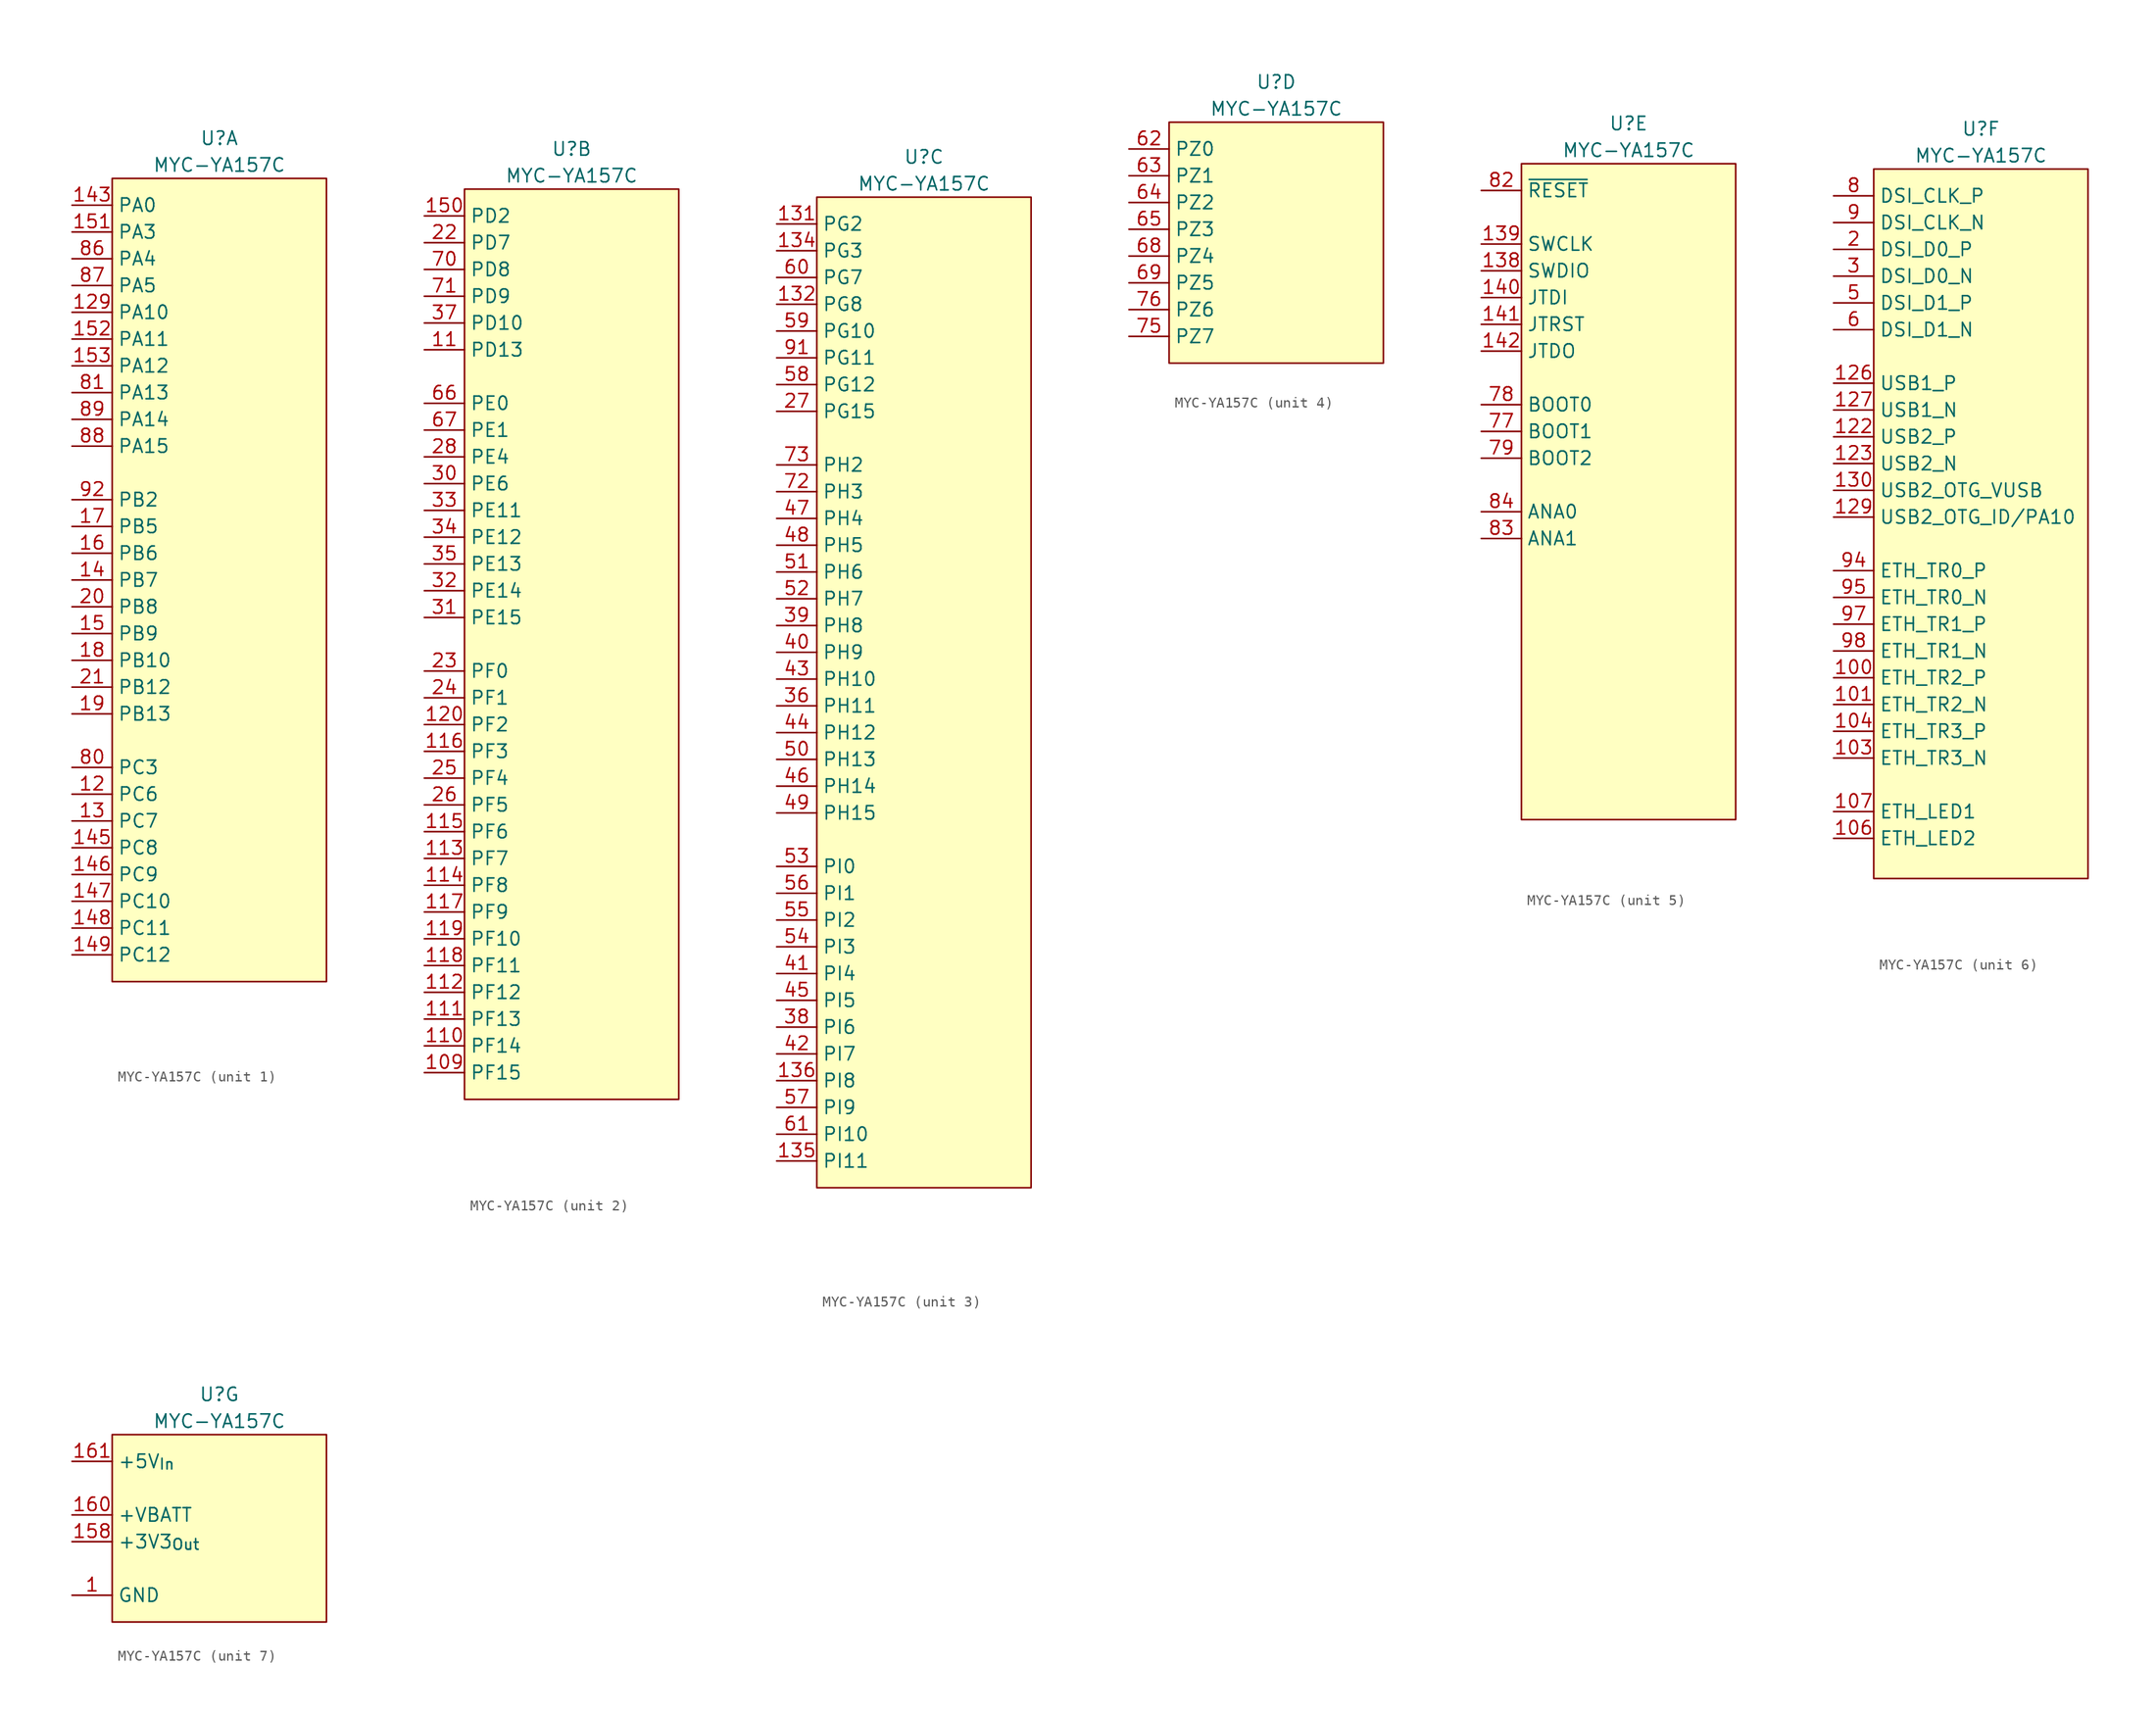
<source format=kicad_sym>
(kicad_symbol_lib
  (version 20220914)
  (generator kicad_symbol_editor)
  (symbol "MYC-YA157C"
    (property "Reference" "U"
      (at 0 3.81 0)
      (effects (font (size 1.27 1.27))))
    (property "Value" "MYC-YA157C"
      (at 0 1.27 0)
      (effects (font (size 1.27 1.27))))
    (property "ki_locked" ""
      (at 0 0 0)
      (effects (font (size 1.27 1.27))))
    (symbol "MYC-YA157C_1_0"
      (rectangle (start -10.16 0) (end 10.16 -76.2) (stroke (width 0) (type default)) (fill (type background))))
    (symbol "MYC-YA157C_1_1"
      (pin bidirectional line (at -13.97 -58.42 0) (length 3.81) (name "PC6" (effects (font (size 1.27 1.27)))) (number "12" (effects (font (size 1.27 1.27)))))
      (pin bidirectional line (at -13.97 -12.7 0) (length 3.81) (name "PA10" (effects (font (size 1.27 1.27)))) (number "129" (effects (font (size 1.27 1.27)))))
      (pin bidirectional line (at -13.97 -60.96 0) (length 3.81) (name "PC7" (effects (font (size 1.27 1.27)))) (number "13" (effects (font (size 1.27 1.27)))))
      (pin bidirectional line (at -13.97 -38.1 0) (length 3.81) (name "PB7" (effects (font (size 1.27 1.27)))) (number "14" (effects (font (size 1.27 1.27)))))
      (pin bidirectional line (at -13.97 -2.54 0) (length 3.81) (name "PA0" (effects (font (size 1.27 1.27)))) (number "143" (effects (font (size 1.27 1.27)))))
      (pin bidirectional line (at -13.97 -63.5 0) (length 3.81) (name "PC8" (effects (font (size 1.27 1.27)))) (number "145" (effects (font (size 1.27 1.27)))))
      (pin bidirectional line (at -13.97 -66.04 0) (length 3.81) (name "PC9" (effects (font (size 1.27 1.27)))) (number "146" (effects (font (size 1.27 1.27)))))
      (pin bidirectional line (at -13.97 -68.58 0) (length 3.81) (name "PC10" (effects (font (size 1.27 1.27)))) (number "147" (effects (font (size 1.27 1.27)))))
      (pin bidirectional line (at -13.97 -71.12 0) (length 3.81) (name "PC11" (effects (font (size 1.27 1.27)))) (number "148" (effects (font (size 1.27 1.27)))))
      (pin bidirectional line (at -13.97 -73.66 0) (length 3.81) (name "PC12" (effects (font (size 1.27 1.27)))) (number "149" (effects (font (size 1.27 1.27)))))
      (pin bidirectional line (at -13.97 -43.18 0) (length 3.81) (name "PB9" (effects (font (size 1.27 1.27)))) (number "15" (effects (font (size 1.27 1.27)))))
      (pin bidirectional line (at -13.97 -5.08 0) (length 3.81) (name "PA3" (effects (font (size 1.27 1.27)))) (number "151" (effects (font (size 1.27 1.27)))))
      (pin bidirectional line (at -13.97 -15.24 0) (length 3.81) (name "PA11" (effects (font (size 1.27 1.27)))) (number "152" (effects (font (size 1.27 1.27)))))
      (pin bidirectional line (at -13.97 -17.78 0) (length 3.81) (name "PA12" (effects (font (size 1.27 1.27)))) (number "153" (effects (font (size 1.27 1.27)))))
      (pin bidirectional line (at -13.97 -35.56 0) (length 3.81) (name "PB6" (effects (font (size 1.27 1.27)))) (number "16" (effects (font (size 1.27 1.27)))))
      (pin bidirectional line (at -13.97 -33.02 0) (length 3.81) (name "PB5" (effects (font (size 1.27 1.27)))) (number "17" (effects (font (size 1.27 1.27)))))
      (pin bidirectional line (at -13.97 -45.72 0) (length 3.81) (name "PB10" (effects (font (size 1.27 1.27)))) (number "18" (effects (font (size 1.27 1.27)))))
      (pin bidirectional line (at -13.97 -50.8 0) (length 3.81) (name "PB13" (effects (font (size 1.27 1.27)))) (number "19" (effects (font (size 1.27 1.27)))))
      (pin bidirectional line (at -13.97 -40.64 0) (length 3.81) (name "PB8" (effects (font (size 1.27 1.27)))) (number "20" (effects (font (size 1.27 1.27)))))
      (pin bidirectional line (at -13.97 -48.26 0) (length 3.81) (name "PB12" (effects (font (size 1.27 1.27)))) (number "21" (effects (font (size 1.27 1.27)))))
      (pin bidirectional line (at -13.97 -55.88 0) (length 3.81) (name "PC3" (effects (font (size 1.27 1.27)))) (number "80" (effects (font (size 1.27 1.27)))))
      (pin bidirectional line (at -13.97 -20.32 0) (length 3.81) (name "PA13" (effects (font (size 1.27 1.27)))) (number "81" (effects (font (size 1.27 1.27)))))
      (pin bidirectional line (at -13.97 -7.62 0) (length 3.81) (name "PA4" (effects (font (size 1.27 1.27)))) (number "86" (effects (font (size 1.27 1.27)))))
      (pin bidirectional line (at -13.97 -10.16 0) (length 3.81) (name "PA5" (effects (font (size 1.27 1.27)))) (number "87" (effects (font (size 1.27 1.27)))))
      (pin bidirectional line (at -13.97 -25.4 0) (length 3.81) (name "PA15" (effects (font (size 1.27 1.27)))) (number "88" (effects (font (size 1.27 1.27)))))
      (pin bidirectional line (at -13.97 -22.86 0) (length 3.81) (name "PA14" (effects (font (size 1.27 1.27)))) (number "89" (effects (font (size 1.27 1.27)))))
      (pin bidirectional line (at -13.97 -30.48 0) (length 3.81) (name "PB2" (effects (font (size 1.27 1.27)))) (number "92" (effects (font (size 1.27 1.27))))))
    (symbol "MYC-YA157C_2_0"
      (rectangle (start -10.16 0) (end 10.16 -86.36) (stroke (width 0) (type default)) (fill (type background))))
    (symbol "MYC-YA157C_2_1"
      (pin bidirectional line (at -13.97 -83.82 0) (length 3.81) (name "PF15" (effects (font (size 1.27 1.27)))) (number "109" (effects (font (size 1.27 1.27)))))
      (pin bidirectional line (at -13.97 -15.24 0) (length 3.81) (name "PD13" (effects (font (size 1.27 1.27)))) (number "11" (effects (font (size 1.27 1.27)))))
      (pin bidirectional line (at -13.97 -81.28 0) (length 3.81) (name "PF14" (effects (font (size 1.27 1.27)))) (number "110" (effects (font (size 1.27 1.27)))))
      (pin bidirectional line (at -13.97 -78.74 0) (length 3.81) (name "PF13" (effects (font (size 1.27 1.27)))) (number "111" (effects (font (size 1.27 1.27)))))
      (pin bidirectional line (at -13.97 -76.2 0) (length 3.81) (name "PF12" (effects (font (size 1.27 1.27)))) (number "112" (effects (font (size 1.27 1.27)))))
      (pin bidirectional line (at -13.97 -63.5 0) (length 3.81) (name "PF7" (effects (font (size 1.27 1.27)))) (number "113" (effects (font (size 1.27 1.27)))))
      (pin bidirectional line (at -13.97 -66.04 0) (length 3.81) (name "PF8" (effects (font (size 1.27 1.27)))) (number "114" (effects (font (size 1.27 1.27)))))
      (pin bidirectional line (at -13.97 -60.96 0) (length 3.81) (name "PF6" (effects (font (size 1.27 1.27)))) (number "115" (effects (font (size 1.27 1.27)))))
      (pin bidirectional line (at -13.97 -53.34 0) (length 3.81) (name "PF3" (effects (font (size 1.27 1.27)))) (number "116" (effects (font (size 1.27 1.27)))))
      (pin bidirectional line (at -13.97 -68.58 0) (length 3.81) (name "PF9" (effects (font (size 1.27 1.27)))) (number "117" (effects (font (size 1.27 1.27)))))
      (pin bidirectional line (at -13.97 -73.66 0) (length 3.81) (name "PF11" (effects (font (size 1.27 1.27)))) (number "118" (effects (font (size 1.27 1.27)))))
      (pin bidirectional line (at -13.97 -71.12 0) (length 3.81) (name "PF10" (effects (font (size 1.27 1.27)))) (number "119" (effects (font (size 1.27 1.27)))))
      (pin bidirectional line (at -13.97 -50.8 0) (length 3.81) (name "PF2" (effects (font (size 1.27 1.27)))) (number "120" (effects (font (size 1.27 1.27)))))
      (pin bidirectional line (at -13.97 -2.54 0) (length 3.81) (name "PD2" (effects (font (size 1.27 1.27)))) (number "150" (effects (font (size 1.27 1.27)))))
      (pin bidirectional line (at -13.97 -5.08 0) (length 3.81) (name "PD7" (effects (font (size 1.27 1.27)))) (number "22" (effects (font (size 1.27 1.27)))))
      (pin bidirectional line (at -13.97 -45.72 0) (length 3.81) (name "PF0" (effects (font (size 1.27 1.27)))) (number "23" (effects (font (size 1.27 1.27)))))
      (pin bidirectional line (at -13.97 -48.26 0) (length 3.81) (name "PF1" (effects (font (size 1.27 1.27)))) (number "24" (effects (font (size 1.27 1.27)))))
      (pin bidirectional line (at -13.97 -55.88 0) (length 3.81) (name "PF4" (effects (font (size 1.27 1.27)))) (number "25" (effects (font (size 1.27 1.27)))))
      (pin bidirectional line (at -13.97 -58.42 0) (length 3.81) (name "PF5" (effects (font (size 1.27 1.27)))) (number "26" (effects (font (size 1.27 1.27)))))
      (pin bidirectional line (at -13.97 -25.4 0) (length 3.81) (name "PE4" (effects (font (size 1.27 1.27)))) (number "28" (effects (font (size 1.27 1.27)))))
      (pin bidirectional line (at -13.97 -27.94 0) (length 3.81) (name "PE6" (effects (font (size 1.27 1.27)))) (number "30" (effects (font (size 1.27 1.27)))))
      (pin bidirectional line (at -13.97 -40.64 0) (length 3.81) (name "PE15" (effects (font (size 1.27 1.27)))) (number "31" (effects (font (size 1.27 1.27)))))
      (pin bidirectional line (at -13.97 -38.1 0) (length 3.81) (name "PE14" (effects (font (size 1.27 1.27)))) (number "32" (effects (font (size 1.27 1.27)))))
      (pin bidirectional line (at -13.97 -30.48 0) (length 3.81) (name "PE11" (effects (font (size 1.27 1.27)))) (number "33" (effects (font (size 1.27 1.27)))))
      (pin bidirectional line (at -13.97 -33.02 0) (length 3.81) (name "PE12" (effects (font (size 1.27 1.27)))) (number "34" (effects (font (size 1.27 1.27)))))
      (pin bidirectional line (at -13.97 -35.56 0) (length 3.81) (name "PE13" (effects (font (size 1.27 1.27)))) (number "35" (effects (font (size 1.27 1.27)))))
      (pin bidirectional line (at -13.97 -12.7 0) (length 3.81) (name "PD10" (effects (font (size 1.27 1.27)))) (number "37" (effects (font (size 1.27 1.27)))))
      (pin bidirectional line (at -13.97 -20.32 0) (length 3.81) (name "PE0" (effects (font (size 1.27 1.27)))) (number "66" (effects (font (size 1.27 1.27)))))
      (pin bidirectional line (at -13.97 -22.86 0) (length 3.81) (name "PE1" (effects (font (size 1.27 1.27)))) (number "67" (effects (font (size 1.27 1.27)))))
      (pin bidirectional line (at -13.97 -7.62 0) (length 3.81) (name "PD8" (effects (font (size 1.27 1.27)))) (number "70" (effects (font (size 1.27 1.27)))))
      (pin bidirectional line (at -13.97 -10.16 0) (length 3.81) (name "PD9" (effects (font (size 1.27 1.27)))) (number "71" (effects (font (size 1.27 1.27))))))
    (symbol "MYC-YA157C_3_0"
      (rectangle (start -10.16 0) (end 10.16 -93.98) (stroke (width 0) (type default)) (fill (type background))))
    (symbol "MYC-YA157C_3_1"
      (pin bidirectional line (at -13.97 -2.54 0) (length 3.81) (name "PG2" (effects (font (size 1.27 1.27)))) (number "131" (effects (font (size 1.27 1.27)))))
      (pin bidirectional line (at -13.97 -10.16 0) (length 3.81) (name "PG8" (effects (font (size 1.27 1.27)))) (number "132" (effects (font (size 1.27 1.27)))))
      (pin bidirectional line (at -13.97 -5.08 0) (length 3.81) (name "PG3" (effects (font (size 1.27 1.27)))) (number "134" (effects (font (size 1.27 1.27)))))
      (pin bidirectional line (at -13.97 -91.44 0) (length 3.81) (name "PI11" (effects (font (size 1.27 1.27)))) (number "135" (effects (font (size 1.27 1.27)))))
      (pin bidirectional line (at -13.97 -83.82 0) (length 3.81) (name "PI8" (effects (font (size 1.27 1.27)))) (number "136" (effects (font (size 1.27 1.27)))))
      (pin bidirectional line (at -13.97 -20.32 0) (length 3.81) (name "PG15" (effects (font (size 1.27 1.27)))) (number "27" (effects (font (size 1.27 1.27)))))
      (pin bidirectional line (at -13.97 -48.26 0) (length 3.81) (name "PH11" (effects (font (size 1.27 1.27)))) (number "36" (effects (font (size 1.27 1.27)))))
      (pin bidirectional line (at -13.97 -78.74 0) (length 3.81) (name "PI6" (effects (font (size 1.27 1.27)))) (number "38" (effects (font (size 1.27 1.27)))))
      (pin bidirectional line (at -13.97 -40.64 0) (length 3.81) (name "PH8" (effects (font (size 1.27 1.27)))) (number "39" (effects (font (size 1.27 1.27)))))
      (pin bidirectional line (at -13.97 -43.18 0) (length 3.81) (name "PH9" (effects (font (size 1.27 1.27)))) (number "40" (effects (font (size 1.27 1.27)))))
      (pin bidirectional line (at -13.97 -73.66 0) (length 3.81) (name "PI4" (effects (font (size 1.27 1.27)))) (number "41" (effects (font (size 1.27 1.27)))))
      (pin bidirectional line (at -13.97 -81.28 0) (length 3.81) (name "PI7" (effects (font (size 1.27 1.27)))) (number "42" (effects (font (size 1.27 1.27)))))
      (pin bidirectional line (at -13.97 -45.72 0) (length 3.81) (name "PH10" (effects (font (size 1.27 1.27)))) (number "43" (effects (font (size 1.27 1.27)))))
      (pin bidirectional line (at -13.97 -50.8 0) (length 3.81) (name "PH12" (effects (font (size 1.27 1.27)))) (number "44" (effects (font (size 1.27 1.27)))))
      (pin bidirectional line (at -13.97 -76.2 0) (length 3.81) (name "PI5" (effects (font (size 1.27 1.27)))) (number "45" (effects (font (size 1.27 1.27)))))
      (pin bidirectional line (at -13.97 -55.88 0) (length 3.81) (name "PH14" (effects (font (size 1.27 1.27)))) (number "46" (effects (font (size 1.27 1.27)))))
      (pin bidirectional line (at -13.97 -30.48 0) (length 3.81) (name "PH4" (effects (font (size 1.27 1.27)))) (number "47" (effects (font (size 1.27 1.27)))))
      (pin bidirectional line (at -13.97 -33.02 0) (length 3.81) (name "PH5" (effects (font (size 1.27 1.27)))) (number "48" (effects (font (size 1.27 1.27)))))
      (pin bidirectional line (at -13.97 -58.42 0) (length 3.81) (name "PH15" (effects (font (size 1.27 1.27)))) (number "49" (effects (font (size 1.27 1.27)))))
      (pin bidirectional line (at -13.97 -53.34 0) (length 3.81) (name "PH13" (effects (font (size 1.27 1.27)))) (number "50" (effects (font (size 1.27 1.27)))))
      (pin bidirectional line (at -13.97 -35.56 0) (length 3.81) (name "PH6" (effects (font (size 1.27 1.27)))) (number "51" (effects (font (size 1.27 1.27)))))
      (pin bidirectional line (at -13.97 -38.1 0) (length 3.81) (name "PH7" (effects (font (size 1.27 1.27)))) (number "52" (effects (font (size 1.27 1.27)))))
      (pin bidirectional line (at -13.97 -63.5 0) (length 3.81) (name "PI0" (effects (font (size 1.27 1.27)))) (number "53" (effects (font (size 1.27 1.27)))))
      (pin bidirectional line (at -13.97 -71.12 0) (length 3.81) (name "PI3" (effects (font (size 1.27 1.27)))) (number "54" (effects (font (size 1.27 1.27)))))
      (pin bidirectional line (at -13.97 -68.58 0) (length 3.81) (name "PI2" (effects (font (size 1.27 1.27)))) (number "55" (effects (font (size 1.27 1.27)))))
      (pin bidirectional line (at -13.97 -66.04 0) (length 3.81) (name "PI1" (effects (font (size 1.27 1.27)))) (number "56" (effects (font (size 1.27 1.27)))))
      (pin bidirectional line (at -13.97 -86.36 0) (length 3.81) (name "PI9" (effects (font (size 1.27 1.27)))) (number "57" (effects (font (size 1.27 1.27)))))
      (pin bidirectional line (at -13.97 -17.78 0) (length 3.81) (name "PG12" (effects (font (size 1.27 1.27)))) (number "58" (effects (font (size 1.27 1.27)))))
      (pin bidirectional line (at -13.97 -12.7 0) (length 3.81) (name "PG10" (effects (font (size 1.27 1.27)))) (number "59" (effects (font (size 1.27 1.27)))))
      (pin bidirectional line (at -13.97 -7.62 0) (length 3.81) (name "PG7" (effects (font (size 1.27 1.27)))) (number "60" (effects (font (size 1.27 1.27)))))
      (pin bidirectional line (at -13.97 -88.9 0) (length 3.81) (name "PI10" (effects (font (size 1.27 1.27)))) (number "61" (effects (font (size 1.27 1.27)))))
      (pin bidirectional line (at -13.97 -27.94 0) (length 3.81) (name "PH3" (effects (font (size 1.27 1.27)))) (number "72" (effects (font (size 1.27 1.27)))))
      (pin bidirectional line (at -13.97 -25.4 0) (length 3.81) (name "PH2" (effects (font (size 1.27 1.27)))) (number "73" (effects (font (size 1.27 1.27)))))
      (pin bidirectional line (at -13.97 -15.24 0) (length 3.81) (name "PG11" (effects (font (size 1.27 1.27)))) (number "91" (effects (font (size 1.27 1.27))))))
    (symbol "MYC-YA157C_4_0"
      (rectangle (start -10.16 0) (end 10.16 -22.86) (stroke (width 0) (type default)) (fill (type background))))
    (symbol "MYC-YA157C_4_1"
      (pin bidirectional line (at -13.97 -2.54 0) (length 3.81) (name "PZ0" (effects (font (size 1.27 1.27)))) (number "62" (effects (font (size 1.27 1.27)))))
      (pin bidirectional line (at -13.97 -5.08 0) (length 3.81) (name "PZ1" (effects (font (size 1.27 1.27)))) (number "63" (effects (font (size 1.27 1.27)))))
      (pin bidirectional line (at -13.97 -7.62 0) (length 3.81) (name "PZ2" (effects (font (size 1.27 1.27)))) (number "64" (effects (font (size 1.27 1.27)))))
      (pin bidirectional line (at -13.97 -10.16 0) (length 3.81) (name "PZ3" (effects (font (size 1.27 1.27)))) (number "65" (effects (font (size 1.27 1.27)))))
      (pin bidirectional line (at -13.97 -12.7 0) (length 3.81) (name "PZ4" (effects (font (size 1.27 1.27)))) (number "68" (effects (font (size 1.27 1.27)))))
      (pin bidirectional line (at -13.97 -15.24 0) (length 3.81) (name "PZ5" (effects (font (size 1.27 1.27)))) (number "69" (effects (font (size 1.27 1.27)))))
      (pin bidirectional line (at -13.97 -20.32 0) (length 3.81) (name "PZ7" (effects (font (size 1.27 1.27)))) (number "75" (effects (font (size 1.27 1.27)))))
      (pin bidirectional line (at -13.97 -17.78 0) (length 3.81) (name "PZ6" (effects (font (size 1.27 1.27)))) (number "76" (effects (font (size 1.27 1.27))))))
    (symbol "MYC-YA157C_5_0"
      (rectangle (start -10.16 0) (end 10.16 -62.23) (stroke (width 0) (type default)) (fill (type background))))
    (symbol "MYC-YA157C_5_1"
      (pin bidirectional line (at -13.97 -10.16 0) (length 3.81) (name "SWDIO" (effects (font (size 1.27 1.27)))) (number "138" (effects (font (size 1.27 1.27)))))
      (pin bidirectional line (at -13.97 -7.62 0) (length 3.81) (name "SWCLK" (effects (font (size 1.27 1.27)))) (number "139" (effects (font (size 1.27 1.27)))))
      (pin bidirectional line (at -13.97 -12.7 0) (length 3.81) (name "JTDI" (effects (font (size 1.27 1.27)))) (number "140" (effects (font (size 1.27 1.27)))))
      (pin bidirectional line (at -13.97 -15.24 0) (length 3.81) (name "JTRST" (effects (font (size 1.27 1.27)))) (number "141" (effects (font (size 1.27 1.27)))))
      (pin bidirectional line (at -13.97 -17.78 0) (length 3.81) (name "JTDO" (effects (font (size 1.27 1.27)))) (number "142" (effects (font (size 1.27 1.27)))))
      (pin input line (at -13.97 -25.4 0) (length 3.81) (name "BOOT1" (effects (font (size 1.27 1.27)))) (number "77" (effects (font (size 1.27 1.27)))))
      (pin input line (at -13.97 -22.86 0) (length 3.81) (name "BOOT0" (effects (font (size 1.27 1.27)))) (number "78" (effects (font (size 1.27 1.27)))))
      (pin input line (at -13.97 -27.94 0) (length 3.81) (name "BOOT2" (effects (font (size 1.27 1.27)))) (number "79" (effects (font (size 1.27 1.27)))))
      (pin input line (at -13.97 -2.54 0) (length 3.81) (name "~{RESET}" (effects (font (size 1.27 1.27)))) (number "82" (effects (font (size 1.27 1.27)))))
      (pin passive line (at -13.97 -35.56 0) (length 3.81) (name "ANA1" (effects (font (size 1.27 1.27)))) (number "83" (effects (font (size 1.27 1.27)))))
      (pin passive line (at -13.97 -33.02 0) (length 3.81) (name "ANA0" (effects (font (size 1.27 1.27)))) (number "84" (effects (font (size 1.27 1.27))))))
    (symbol "MYC-YA157C_6_0"
      (rectangle (start -10.16 0) (end 10.16 -67.31) (stroke (width 0) (type default)) (fill (type background))))
    (symbol "MYC-YA157C_6_1"
      (pin bidirectional line (at -13.97 -48.26 0) (length 3.81) (name "ETH_TR2_P" (effects (font (size 1.27 1.27)))) (number "100" (effects (font (size 1.27 1.27)))))
      (pin bidirectional line (at -13.97 -50.8 0) (length 3.81) (name "ETH_TR2_N" (effects (font (size 1.27 1.27)))) (number "101" (effects (font (size 1.27 1.27)))))
      (pin bidirectional line (at -13.97 -55.88 0) (length 3.81) (name "ETH_TR3_N" (effects (font (size 1.27 1.27)))) (number "103" (effects (font (size 1.27 1.27)))))
      (pin bidirectional line (at -13.97 -53.34 0) (length 3.81) (name "ETH_TR3_P" (effects (font (size 1.27 1.27)))) (number "104" (effects (font (size 1.27 1.27)))))
      (pin output line (at -13.97 -63.5 0) (length 3.81) (name "ETH_LED2" (effects (font (size 1.27 1.27)))) (number "106" (effects (font (size 1.27 1.27)))))
      (pin output line (at -13.97 -60.96 0) (length 3.81) (name "ETH_LED1" (effects (font (size 1.27 1.27)))) (number "107" (effects (font (size 1.27 1.27)))))
      (pin bidirectional line (at -13.97 -25.4 0) (length 3.81) (name "USB2_P" (effects (font (size 1.27 1.27)))) (number "122" (effects (font (size 1.27 1.27)))))
      (pin bidirectional line (at -13.97 -27.94 0) (length 3.81) (name "USB2_N" (effects (font (size 1.27 1.27)))) (number "123" (effects (font (size 1.27 1.27)))))
      (pin bidirectional line (at -13.97 -20.32 0) (length 3.81) (name "USB1_P" (effects (font (size 1.27 1.27)))) (number "126" (effects (font (size 1.27 1.27)))))
      (pin bidirectional line (at -13.97 -22.86 0) (length 3.81) (name "USB1_N" (effects (font (size 1.27 1.27)))) (number "127" (effects (font (size 1.27 1.27)))))
      (pin bidirectional line (at -13.97 -33.02 0) (length 3.81) (name "USB2_OTG_ID/PA10" (effects (font (size 1.27 1.27)))) (number "129" (effects (font (size 1.27 1.27)))))
      (pin passive line (at -13.97 -30.48 0) (length 3.81) (name "USB2_OTG_VUSB" (effects (font (size 1.27 1.27)))) (number "130" (effects (font (size 1.27 1.27)))))
      (pin output line (at -13.97 -7.62 0) (length 3.81) (name "DSI_D0_P" (effects (font (size 1.27 1.27)))) (number "2" (effects (font (size 1.27 1.27)))))
      (pin output line (at -13.97 -10.16 0) (length 3.81) (name "DSI_D0_N" (effects (font (size 1.27 1.27)))) (number "3" (effects (font (size 1.27 1.27)))))
      (pin output line (at -13.97 -12.7 0) (length 3.81) (name "DSI_D1_P" (effects (font (size 1.27 1.27)))) (number "5" (effects (font (size 1.27 1.27)))))
      (pin output line (at -13.97 -15.24 0) (length 3.81) (name "DSI_D1_N" (effects (font (size 1.27 1.27)))) (number "6" (effects (font (size 1.27 1.27)))))
      (pin output line (at -13.97 -2.54 0) (length 3.81) (name "DSI_CLK_P" (effects (font (size 1.27 1.27)))) (number "8" (effects (font (size 1.27 1.27)))))
      (pin output line (at -13.97 -5.08 0) (length 3.81) (name "DSI_CLK_N" (effects (font (size 1.27 1.27)))) (number "9" (effects (font (size 1.27 1.27)))))
      (pin bidirectional line (at -13.97 -38.1 0) (length 3.81) (name "ETH_TR0_P" (effects (font (size 1.27 1.27)))) (number "94" (effects (font (size 1.27 1.27)))))
      (pin bidirectional line (at -13.97 -40.64 0) (length 3.81) (name "ETH_TR0_N" (effects (font (size 1.27 1.27)))) (number "95" (effects (font (size 1.27 1.27)))))
      (pin bidirectional line (at -13.97 -43.18 0) (length 3.81) (name "ETH_TR1_P" (effects (font (size 1.27 1.27)))) (number "97" (effects (font (size 1.27 1.27)))))
      (pin bidirectional line (at -13.97 -45.72 0) (length 3.81) (name "ETH_TR1_N" (effects (font (size 1.27 1.27)))) (number "98" (effects (font (size 1.27 1.27))))))
    (symbol "MYC-YA157C_7_0"
      (rectangle (start -10.16 0) (end 10.16 -17.78) (stroke (width 0) (type default)) (fill (type background))))
    (symbol "MYC-YA157C_7_1"
      (pin passive line (at -13.97 -15.24 0) (length 3.81) (name "GND" (effects (font (size 1.27 1.27)))) (number "1" (effects (font (size 1.27 1.27)))))
      (pin passive line (at -13.97 -15.24 0) (length 3.81) hide (name "GND" (effects (font (size 1.27 1.27)))) (number "10" (effects (font (size 1.27 1.27)))))
      (pin passive line (at -13.97 -15.24 0) (length 3.81) hide (name "GND" (effects (font (size 1.27 1.27)))) (number "102" (effects (font (size 1.27 1.27)))))
      (pin passive line (at -13.97 -15.24 0) (length 3.81) hide (name "GND" (effects (font (size 1.27 1.27)))) (number "105" (effects (font (size 1.27 1.27)))))
      (pin passive line (at -13.97 -15.24 0) (length 3.81) hide (name "GND" (effects (font (size 1.27 1.27)))) (number "108" (effects (font (size 1.27 1.27)))))
      (pin passive line (at -13.97 -15.24 0) (length 3.81) hide (name "GND" (effects (font (size 1.27 1.27)))) (number "121" (effects (font (size 1.27 1.27)))))
      (pin passive line (at -13.97 -15.24 0) (length 3.81) hide (name "GND" (effects (font (size 1.27 1.27)))) (number "124" (effects (font (size 1.27 1.27)))))
      (pin passive line (at -13.97 -15.24 0) (length 3.81) hide (name "GND" (effects (font (size 1.27 1.27)))) (number "125" (effects (font (size 1.27 1.27)))))
      (pin passive line (at -13.97 -15.24 0) (length 3.81) hide (name "GND" (effects (font (size 1.27 1.27)))) (number "128" (effects (font (size 1.27 1.27)))))
      (pin passive line (at -13.97 -15.24 0) (length 3.81) hide (name "GND" (effects (font (size 1.27 1.27)))) (number "133" (effects (font (size 1.27 1.27)))))
      (pin passive line (at -13.97 -15.24 0) (length 3.81) hide (name "GND" (effects (font (size 1.27 1.27)))) (number "137" (effects (font (size 1.27 1.27)))))
      (pin passive line (at -13.97 -15.24 0) (length 3.81) hide (name "GND" (effects (font (size 1.27 1.27)))) (number "144" (effects (font (size 1.27 1.27)))))
      (pin passive line (at -13.97 -15.24 0) (length 3.81) hide (name "GND" (effects (font (size 1.27 1.27)))) (number "154" (effects (font (size 1.27 1.27)))))
      (pin no_connect line (at -13.97 -12.7 0) (length 3.81) hide (name "NC" (effects (font (size 1.27 1.27)))) (number "155" (effects (font (size 1.27 1.27)))))
      (pin power_out line (at -13.97 -10.16 0) (length 3.81) hide (name "+3V3_{Out}" (effects (font (size 1.27 1.27)))) (number "156" (effects (font (size 1.27 1.27)))))
      (pin no_connect line (at -13.97 -12.7 0) (length 3.81) hide (name "NC" (effects (font (size 1.27 1.27)))) (number "157" (effects (font (size 1.27 1.27)))))
      (pin power_out line (at -13.97 -10.16 0) (length 3.81) (name "+3V3_{Out}" (effects (font (size 1.27 1.27)))) (number "158" (effects (font (size 1.27 1.27)))))
      (pin passive line (at -13.97 -15.24 0) (length 3.81) hide (name "GND" (effects (font (size 1.27 1.27)))) (number "159" (effects (font (size 1.27 1.27)))))
      (pin power_in line (at -13.97 -7.62 0) (length 3.81) (name "+VBATT" (effects (font (size 1.27 1.27)))) (number "160" (effects (font (size 1.27 1.27)))))
      (pin power_in line (at -13.97 -2.54 0) (length 3.81) (name "+5V_{In}" (effects (font (size 1.27 1.27)))) (number "161" (effects (font (size 1.27 1.27)))))
      (pin power_in line (at -13.97 -2.54 0) (length 3.81) hide (name "+5V_{In}" (effects (font (size 1.27 1.27)))) (number "162" (effects (font (size 1.27 1.27)))))
      (pin passive line (at -13.97 -15.24 0) (length 3.81) hide (name "GND" (effects (font (size 1.27 1.27)))) (number "163" (effects (font (size 1.27 1.27)))))
      (pin passive line (at -13.97 -15.24 0) (length 3.81) hide (name "GND" (effects (font (size 1.27 1.27)))) (number "164" (effects (font (size 1.27 1.27)))))
      (pin passive line (at -13.97 -15.24 0) (length 3.81) hide (name "GND" (effects (font (size 1.27 1.27)))) (number "29" (effects (font (size 1.27 1.27)))))
      (pin passive line (at -13.97 -15.24 0) (length 3.81) hide (name "GND" (effects (font (size 1.27 1.27)))) (number "4" (effects (font (size 1.27 1.27)))))
      (pin passive line (at -13.97 -15.24 0) (length 3.81) hide (name "GND" (effects (font (size 1.27 1.27)))) (number "7" (effects (font (size 1.27 1.27)))))
      (pin passive line (at -13.97 -15.24 0) (length 3.81) hide (name "GND" (effects (font (size 1.27 1.27)))) (number "74" (effects (font (size 1.27 1.27)))))
      (pin passive line (at -13.97 -15.24 0) (length 3.81) hide (name "GND" (effects (font (size 1.27 1.27)))) (number "85" (effects (font (size 1.27 1.27)))))
      (pin passive line (at -13.97 -15.24 0) (length 3.81) hide (name "GND" (effects (font (size 1.27 1.27)))) (number "90" (effects (font (size 1.27 1.27)))))
      (pin passive line (at -13.97 -15.24 0) (length 3.81) hide (name "GND" (effects (font (size 1.27 1.27)))) (number "93" (effects (font (size 1.27 1.27)))))
      (pin passive line (at -13.97 -15.24 0) (length 3.81) hide (name "GND" (effects (font (size 1.27 1.27)))) (number "96" (effects (font (size 1.27 1.27)))))
      (pin passive line (at -13.97 -15.24 0) (length 3.81) hide (name "GND" (effects (font (size 1.27 1.27)))) (number "99" (effects (font (size 1.27 1.27))))))))
</source>
